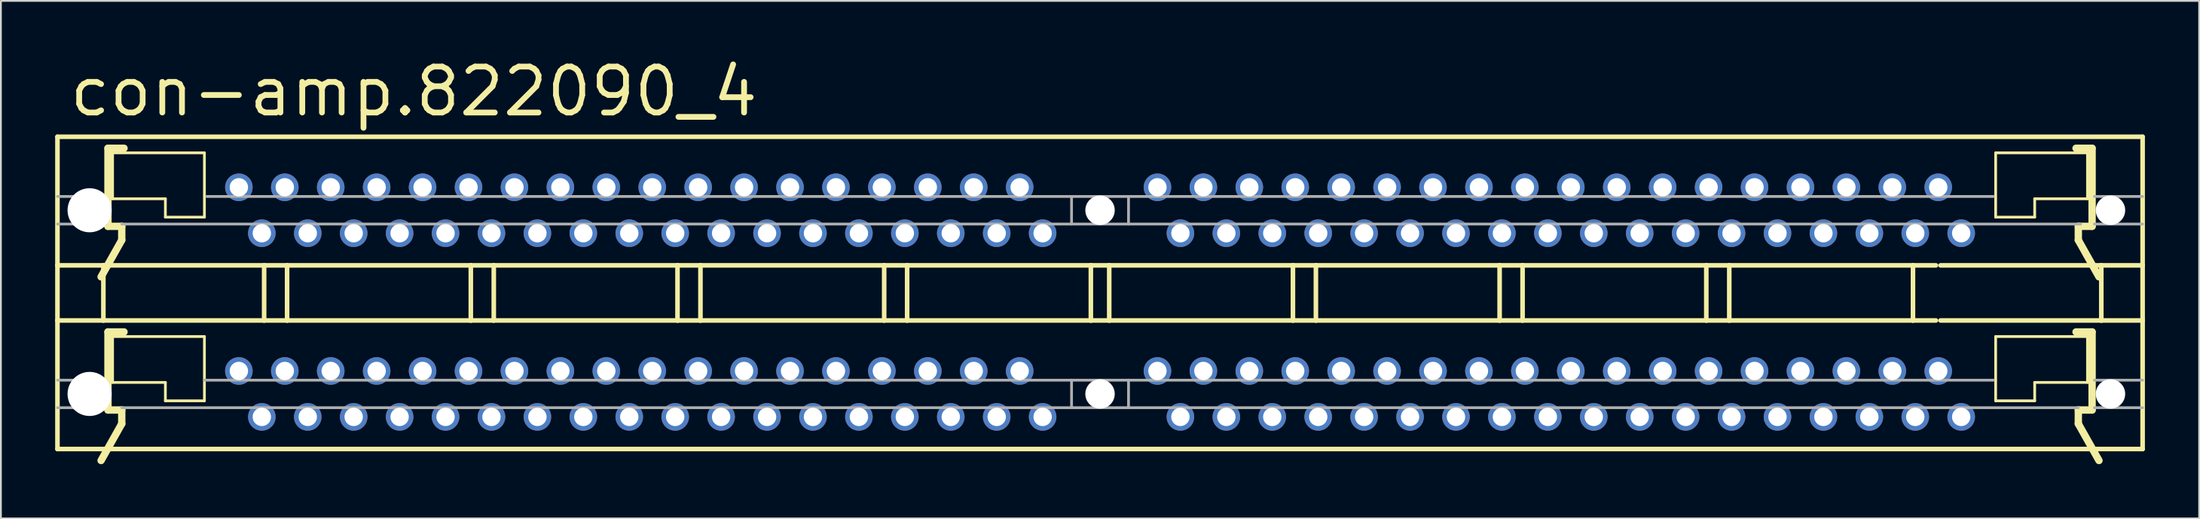
<source format=kicad_pcb>
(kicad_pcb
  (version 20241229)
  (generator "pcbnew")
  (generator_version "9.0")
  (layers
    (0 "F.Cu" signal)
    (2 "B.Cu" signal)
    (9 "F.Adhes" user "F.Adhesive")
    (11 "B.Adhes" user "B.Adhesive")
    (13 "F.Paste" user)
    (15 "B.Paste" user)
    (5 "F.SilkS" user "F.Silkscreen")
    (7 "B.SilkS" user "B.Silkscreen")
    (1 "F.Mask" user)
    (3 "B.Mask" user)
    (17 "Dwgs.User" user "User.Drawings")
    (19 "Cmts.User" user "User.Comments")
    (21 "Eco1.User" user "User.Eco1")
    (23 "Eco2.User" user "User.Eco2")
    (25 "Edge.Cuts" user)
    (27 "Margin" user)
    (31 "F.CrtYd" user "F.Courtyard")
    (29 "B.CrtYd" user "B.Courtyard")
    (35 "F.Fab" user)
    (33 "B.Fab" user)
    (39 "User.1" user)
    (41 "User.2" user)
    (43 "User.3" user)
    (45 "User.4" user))
  (footprint "con-amp.822090_4"
    (layer "F.Cu")
    (at 57.785 8.58)
    (property "Reference" "con-amp.822090_4" (at -57.15 -5.08 0) (layer "F.SilkS") (effects (font (size 2.54 2.54) (thickness 0.32)) (justify left bottom)))
    (attr through_hole)
    (fp_line (start -57.658 -4.064) (end 57.658 -4.064) (stroke (width 0.254) (type default)) (layer "F.SilkS"))
    (fp_line (start -57.658 3.048) (end -57.658 -4.064) (stroke (width 0.254) (type default)) (layer "F.SilkS"))
    (fp_line (start -57.658 6.096) (end -57.658 3.048) (stroke (width 0.254) (type default)) (layer "F.SilkS"))
    (fp_line (start -57.658 6.096) (end -55.118 6.096) (stroke (width 0.254) (type default)) (layer "F.SilkS"))
    (fp_line (start -57.658 13.208) (end -57.658 6.096) (stroke (width 0.254) (type default)) (layer "F.SilkS"))
    (fp_line (start -55.118 3.048) (end -57.658 3.048) (stroke (width 0.254) (type default)) (layer "F.SilkS"))
    (fp_line (start -55.118 6.096) (end -55.118 3.048) (stroke (width 0.254) (type default)) (layer "F.SilkS"))
    (fp_line (start -55.118 6.096) (end -46.228 6.096) (stroke (width 0.254) (type default)) (layer "F.SilkS"))
    (fp_line (start -54.864 -3.429) (end -54.864 0.889) (stroke (width 0.406) (type default)) (layer "F.SilkS"))
    (fp_line (start -54.864 0.889) (end -54.102 0.889) (stroke (width 0.406) (type default)) (layer "F.SilkS"))
    (fp_line (start -54.864 6.731) (end -54.864 11.049) (stroke (width 0.406) (type default)) (layer "F.SilkS"))
    (fp_line (start -54.864 11.049) (end -54.102 11.049) (stroke (width 0.406) (type default)) (layer "F.SilkS"))
    (fp_line (start -54.61 -3.175) (end -54.61 -0.635) (stroke (width 0.152) (type default)) (layer "F.SilkS"))
    (fp_line (start -54.61 6.985) (end -54.61 9.525) (stroke (width 0.152) (type default)) (layer "F.SilkS"))
    (fp_line (start -54.102 0.889) (end -54.102 1.651) (stroke (width 0.406) (type default)) (layer "F.SilkS"))
    (fp_line (start -54.102 1.651) (end -55.245 3.683) (stroke (width 0.406) (type default)) (layer "F.SilkS"))
    (fp_line (start -54.102 11.049) (end -54.102 11.811) (stroke (width 0.406) (type default)) (layer "F.SilkS"))
    (fp_line (start -54.102 11.811) (end -55.245 13.843) (stroke (width 0.406) (type default)) (layer "F.SilkS"))
    (fp_line (start -53.975 -3.429) (end -54.864 -3.429) (stroke (width 0.406) (type default)) (layer "F.SilkS"))
    (fp_line (start -53.975 6.731) (end -54.864 6.731) (stroke (width 0.406) (type default)) (layer "F.SilkS"))
    (fp_line (start -51.689 -0.635) (end -54.61 -0.635) (stroke (width 0.152) (type default)) (layer "F.SilkS"))
    (fp_line (start -51.689 0.381) (end -51.689 -0.635) (stroke (width 0.152) (type default)) (layer "F.SilkS"))
    (fp_line (start -51.689 0.381) (end -49.53 0.381) (stroke (width 0.152) (type default)) (layer "F.SilkS"))
    (fp_line (start -51.689 9.525) (end -54.61 9.525) (stroke (width 0.152) (type default)) (layer "F.SilkS"))
    (fp_line (start -51.689 10.541) (end -51.689 9.525) (stroke (width 0.152) (type default)) (layer "F.SilkS"))
    (fp_line (start -51.689 10.541) (end -49.53 10.541) (stroke (width 0.152) (type default)) (layer "F.SilkS"))
    (fp_line (start -49.53 -3.175) (end -54.61 -3.175) (stroke (width 0.152) (type default)) (layer "F.SilkS"))
    (fp_line (start -49.53 0.381) (end -49.53 -3.175) (stroke (width 0.152) (type default)) (layer "F.SilkS"))
    (fp_line (start -49.53 6.985) (end -54.61 6.985) (stroke (width 0.152) (type default)) (layer "F.SilkS"))
    (fp_line (start -49.53 10.541) (end -49.53 6.985) (stroke (width 0.152) (type default)) (layer "F.SilkS"))
    (fp_line (start -46.228 3.048) (end -55.118 3.048) (stroke (width 0.254) (type default)) (layer "F.SilkS"))
    (fp_line (start -46.228 6.096) (end -46.228 3.048) (stroke (width 0.254) (type default)) (layer "F.SilkS"))
    (fp_line (start -46.228 6.096) (end -44.958 6.096) (stroke (width 0.254) (type default)) (layer "F.SilkS"))
    (fp_line (start -44.958 3.048) (end -46.228 3.048) (stroke (width 0.254) (type default)) (layer "F.SilkS"))
    (fp_line (start -44.958 6.096) (end -44.958 3.048) (stroke (width 0.254) (type default)) (layer "F.SilkS"))
    (fp_line (start -44.958 6.096) (end -34.798 6.096) (stroke (width 0.254) (type default)) (layer "F.SilkS"))
    (fp_line (start -34.798 3.048) (end -44.958 3.048) (stroke (width 0.254) (type default)) (layer "F.SilkS"))
    (fp_line (start -34.798 6.096) (end -34.798 3.048) (stroke (width 0.254) (type default)) (layer "F.SilkS"))
    (fp_line (start -34.798 6.096) (end -33.528 6.096) (stroke (width 0.254) (type default)) (layer "F.SilkS"))
    (fp_line (start -33.528 3.048) (end -34.798 3.048) (stroke (width 0.254) (type default)) (layer "F.SilkS"))
    (fp_line (start -33.528 6.096) (end -33.528 3.048) (stroke (width 0.254) (type default)) (layer "F.SilkS"))
    (fp_line (start -33.528 6.096) (end -23.368 6.096) (stroke (width 0.254) (type default)) (layer "F.SilkS"))
    (fp_line (start -23.368 3.048) (end -33.528 3.048) (stroke (width 0.254) (type default)) (layer "F.SilkS"))
    (fp_line (start -23.368 6.096) (end -23.368 3.048) (stroke (width 0.254) (type default)) (layer "F.SilkS"))
    (fp_line (start -23.368 6.096) (end -22.098 6.096) (stroke (width 0.254) (type default)) (layer "F.SilkS"))
    (fp_line (start -22.098 3.048) (end -23.368 3.048) (stroke (width 0.254) (type default)) (layer "F.SilkS"))
    (fp_line (start -22.098 6.096) (end -22.098 3.048) (stroke (width 0.254) (type default)) (layer "F.SilkS"))
    (fp_line (start -22.098 6.096) (end -11.938 6.096) (stroke (width 0.254) (type default)) (layer "F.SilkS"))
    (fp_line (start -11.938 3.048) (end -22.098 3.048) (stroke (width 0.254) (type default)) (layer "F.SilkS"))
    (fp_line (start -11.938 6.096) (end -11.938 3.048) (stroke (width 0.254) (type default)) (layer "F.SilkS"))
    (fp_line (start -11.938 6.096) (end -10.668 6.096) (stroke (width 0.254) (type default)) (layer "F.SilkS"))
    (fp_line (start -10.668 3.048) (end -11.938 3.048) (stroke (width 0.254) (type default)) (layer "F.SilkS"))
    (fp_line (start -10.668 6.096) (end -10.668 3.048) (stroke (width 0.254) (type default)) (layer "F.SilkS"))
    (fp_line (start -10.668 6.096) (end -0.508 6.096) (stroke (width 0.254) (type default)) (layer "F.SilkS"))
    (fp_line (start -0.508 3.048) (end -10.668 3.048) (stroke (width 0.254) (type default)) (layer "F.SilkS"))
    (fp_line (start -0.508 6.096) (end -0.508 3.048) (stroke (width 0.254) (type default)) (layer "F.SilkS"))
    (fp_line (start 0.508 3.048) (end -0.508 3.048) (stroke (width 0.254) (type default)) (layer "F.SilkS"))
    (fp_line (start 0.508 3.048) (end 10.668 3.048) (stroke (width 0.254) (type default)) (layer "F.SilkS"))
    (fp_line (start 0.508 6.096) (end -0.508 6.096) (stroke (width 0.254) (type default)) (layer "F.SilkS"))
    (fp_line (start 0.508 6.096) (end 0.508 3.048) (stroke (width 0.254) (type default)) (layer "F.SilkS"))
    (fp_line (start 10.668 3.048) (end 11.938 3.048) (stroke (width 0.254) (type default)) (layer "F.SilkS"))
    (fp_line (start 10.668 6.096) (end 0.508 6.096) (stroke (width 0.254) (type default)) (layer "F.SilkS"))
    (fp_line (start 10.668 6.096) (end 10.668 3.048) (stroke (width 0.254) (type default)) (layer "F.SilkS"))
    (fp_line (start 11.938 3.048) (end 22.098 3.048) (stroke (width 0.254) (type default)) (layer "F.SilkS"))
    (fp_line (start 11.938 6.096) (end 10.668 6.096) (stroke (width 0.254) (type default)) (layer "F.SilkS"))
    (fp_line (start 11.938 6.096) (end 11.938 3.048) (stroke (width 0.254) (type default)) (layer "F.SilkS"))
    (fp_line (start 22.098 3.048) (end 23.368 3.048) (stroke (width 0.254) (type default)) (layer "F.SilkS"))
    (fp_line (start 22.098 6.096) (end 11.938 6.096) (stroke (width 0.254) (type default)) (layer "F.SilkS"))
    (fp_line (start 22.098 6.096) (end 22.098 3.048) (stroke (width 0.254) (type default)) (layer "F.SilkS"))
    (fp_line (start 23.368 3.048) (end 33.528 3.048) (stroke (width 0.254) (type default)) (layer "F.SilkS"))
    (fp_line (start 23.368 6.096) (end 22.098 6.096) (stroke (width 0.254) (type default)) (layer "F.SilkS"))
    (fp_line (start 23.368 6.096) (end 23.368 3.048) (stroke (width 0.254) (type default)) (layer "F.SilkS"))
    (fp_line (start 33.528 3.048) (end 34.798 3.048) (stroke (width 0.254) (type default)) (layer "F.SilkS"))
    (fp_line (start 33.528 6.096) (end 23.368 6.096) (stroke (width 0.254) (type default)) (layer "F.SilkS"))
    (fp_line (start 33.528 6.096) (end 33.528 3.048) (stroke (width 0.254) (type default)) (layer "F.SilkS"))
    (fp_line (start 34.798 3.048) (end 44.958 3.048) (stroke (width 0.254) (type default)) (layer "F.SilkS"))
    (fp_line (start 34.798 6.096) (end 33.528 6.096) (stroke (width 0.254) (type default)) (layer "F.SilkS"))
    (fp_line (start 34.798 6.096) (end 34.798 3.048) (stroke (width 0.254) (type default)) (layer "F.SilkS"))
    (fp_line (start 44.958 3.048) (end 46.228 3.048) (stroke (width 0.254) (type default)) (layer "F.SilkS"))
    (fp_line (start 44.958 6.096) (end 34.798 6.096) (stroke (width 0.254) (type default)) (layer "F.SilkS"))
    (fp_line (start 44.958 6.096) (end 44.958 3.048) (stroke (width 0.254) (type default)) (layer "F.SilkS"))
    (fp_line (start 46.228 6.096) (end 44.958 6.096) (stroke (width 0.254) (type default)) (layer "F.SilkS"))
    (fp_line (start 46.482 6.096) (end 55.372 6.096) (stroke (width 0.254) (type default)) (layer "F.SilkS"))
    (fp_line (start 49.53 -3.175) (end 54.61 -3.175) (stroke (width 0.152) (type default)) (layer "F.SilkS"))
    (fp_line (start 49.53 0.381) (end 49.53 -3.175) (stroke (width 0.152) (type default)) (layer "F.SilkS"))
    (fp_line (start 49.53 6.985) (end 54.61 6.985) (stroke (width 0.152) (type default)) (layer "F.SilkS"))
    (fp_line (start 49.53 10.541) (end 49.53 6.985) (stroke (width 0.152) (type default)) (layer "F.SilkS"))
    (fp_line (start 51.689 -0.635) (end 54.61 -0.635) (stroke (width 0.152) (type default)) (layer "F.SilkS"))
    (fp_line (start 51.689 0.381) (end 49.53 0.381) (stroke (width 0.152) (type default)) (layer "F.SilkS"))
    (fp_line (start 51.689 0.381) (end 51.689 -0.635) (stroke (width 0.152) (type default)) (layer "F.SilkS"))
    (fp_line (start 51.689 9.525) (end 54.61 9.525) (stroke (width 0.152) (type default)) (layer "F.SilkS"))
    (fp_line (start 51.689 10.541) (end 49.53 10.541) (stroke (width 0.152) (type default)) (layer "F.SilkS"))
    (fp_line (start 51.689 10.541) (end 51.689 9.525) (stroke (width 0.152) (type default)) (layer "F.SilkS"))
    (fp_line (start 53.975 -3.429) (end 54.864 -3.429) (stroke (width 0.406) (type default)) (layer "F.SilkS"))
    (fp_line (start 53.975 6.731) (end 54.864 6.731) (stroke (width 0.406) (type default)) (layer "F.SilkS"))
    (fp_line (start 54.102 0.889) (end 54.102 1.651) (stroke (width 0.406) (type default)) (layer "F.SilkS"))
    (fp_line (start 54.102 1.651) (end 55.245 3.683) (stroke (width 0.406) (type default)) (layer "F.SilkS"))
    (fp_line (start 54.102 11.049) (end 54.102 11.811) (stroke (width 0.406) (type default)) (layer "F.SilkS"))
    (fp_line (start 54.102 11.811) (end 55.245 13.843) (stroke (width 0.406) (type default)) (layer "F.SilkS"))
    (fp_line (start 54.61 -3.175) (end 54.61 -0.635) (stroke (width 0.152) (type default)) (layer "F.SilkS"))
    (fp_line (start 54.61 6.985) (end 54.61 9.525) (stroke (width 0.152) (type default)) (layer "F.SilkS"))
    (fp_line (start 54.864 -3.429) (end 54.864 0.889) (stroke (width 0.406) (type default)) (layer "F.SilkS"))
    (fp_line (start 54.864 0.889) (end 54.102 0.889) (stroke (width 0.406) (type default)) (layer "F.SilkS"))
    (fp_line (start 54.864 6.731) (end 54.864 11.049) (stroke (width 0.406) (type default)) (layer "F.SilkS"))
    (fp_line (start 54.864 11.049) (end 54.102 11.049) (stroke (width 0.406) (type default)) (layer "F.SilkS"))
    (fp_line (start 55.372 3.048) (end 46.482 3.048) (stroke (width 0.254) (type default)) (layer "F.SilkS"))
    (fp_line (start 55.372 6.096) (end 55.372 3.048) (stroke (width 0.254) (type default)) (layer "F.SilkS"))
    (fp_line (start 55.372 6.096) (end 57.658 6.096) (stroke (width 0.254) (type default)) (layer "F.SilkS"))
    (fp_line (start 57.658 -4.064) (end 57.658 3.048) (stroke (width 0.254) (type default)) (layer "F.SilkS"))
    (fp_line (start 57.658 3.048) (end 55.372 3.048) (stroke (width 0.254) (type default)) (layer "F.SilkS"))
    (fp_line (start 57.658 3.048) (end 57.658 6.096) (stroke (width 0.254) (type default)) (layer "F.SilkS"))
    (fp_line (start 57.658 6.096) (end 57.658 13.208) (stroke (width 0.254) (type default)) (layer "F.SilkS"))
    (fp_line (start 57.658 13.208) (end -57.658 13.208) (stroke (width 0.254) (type default)) (layer "F.SilkS"))
    (fp_line (start -57.658 -0.762) (end -55.118 -0.762) (stroke (width 0.152) (type default)) (layer "F.Fab"))
    (fp_line (start -57.658 0.762) (end -54.991 0.762) (stroke (width 0.152) (type default)) (layer "F.Fab"))
    (fp_line (start -57.658 9.398) (end -55.118 9.398) (stroke (width 0.152) (type default)) (layer "F.Fab"))
    (fp_line (start -57.658 10.922) (end -55.118 10.922) (stroke (width 0.152) (type default)) (layer "F.Fab"))
    (fp_line (start -54.102 0.762) (end -1.575 0.762) (stroke (width 0.152) (type default)) (layer "F.Fab"))
    (fp_line (start -54.102 10.922) (end -1.575 10.922) (stroke (width 0.152) (type default)) (layer "F.Fab"))
    (fp_line (start -49.53 9.398) (end -1.575 9.398) (stroke (width 0.152) (type default)) (layer "F.Fab"))
    (fp_line (start -49.403 -0.762) (end -1.575 -0.762) (stroke (width 0.152) (type default)) (layer "F.Fab"))
    (fp_line (start -1.575 -0.762) (end 1.575 -0.762) (stroke (width 0.152) (type default)) (layer "F.Fab"))
    (fp_line (start -1.575 0.762) (end -1.575 -0.762) (stroke (width 0.152) (type default)) (layer "F.Fab"))
    (fp_line (start -1.575 0.762) (end 1.575 0.762) (stroke (width 0.152) (type default)) (layer "F.Fab"))
    (fp_line (start -1.575 9.398) (end 1.575 9.398) (stroke (width 0.152) (type default)) (layer "F.Fab"))
    (fp_line (start -1.575 10.922) (end -1.575 9.398) (stroke (width 0.152) (type default)) (layer "F.Fab"))
    (fp_line (start -1.575 10.922) (end 1.575 10.922) (stroke (width 0.152) (type default)) (layer "F.Fab"))
    (fp_line (start 1.575 0.762) (end 1.575 -0.762) (stroke (width 0.152) (type default)) (layer "F.Fab"))
    (fp_line (start 1.575 10.922) (end 1.575 9.398) (stroke (width 0.152) (type default)) (layer "F.Fab"))
    (fp_line (start 49.403 -0.762) (end 1.575 -0.762) (stroke (width 0.152) (type default)) (layer "F.Fab"))
    (fp_line (start 49.403 9.398) (end 1.575 9.398) (stroke (width 0.152) (type default)) (layer "F.Fab"))
    (fp_line (start 54.102 10.922) (end 1.575 10.922) (stroke (width 0.152) (type default)) (layer "F.Fab"))
    (fp_line (start 54.229 0.762) (end 1.575 0.762) (stroke (width 0.152) (type default)) (layer "F.Fab"))
    (fp_line (start 57.658 -0.762) (end 54.991 -0.762) (stroke (width 0.152) (type default)) (layer "F.Fab"))
    (fp_line (start 57.658 0.762) (end 54.991 0.762) (stroke (width 0.152) (type default)) (layer "F.Fab"))
    (fp_line (start 57.658 9.398) (end 54.991 9.398) (stroke (width 0.152) (type default)) (layer "F.Fab"))
    (fp_line (start 57.658 10.922) (end 54.991 10.922) (stroke (width 0.152) (type default)) (layer "F.Fab"))
    (pad "" np_thru_hole circle (at -55.88 0) (size 2.438 2.438) (drill 2.438) (layers "*.Cu" "*.Mask"))
    (pad "" np_thru_hole circle (at -55.88 10.16) (size 2.438 2.438) (drill 2.438) (layers "*.Cu" "*.Mask"))
    (pad "" np_thru_hole circle (at 0 0) (size 1.626 1.626) (drill 1.626) (layers "*.Cu" "*.Mask"))
    (pad "" np_thru_hole circle (at 0 10.16) (size 1.626 1.626) (drill 1.626) (layers "*.Cu" "*.Mask"))
    (pad "" np_thru_hole circle (at 55.88 0) (size 1.626 1.626) (drill 1.626) (layers "*.Cu" "*.Mask"))
    (pad "" np_thru_hole circle (at 55.88 10.16) (size 1.626 1.626) (drill 1.626) (layers "*.Cu" "*.Mask"))
    (pad "1-1" thru_hole circle (at 47.625 1.27) (size 1.524 1.524) (drill 1.016) (layers "*.Cu" "*.Mask"))
    (pad "1-2" thru_hole circle (at 46.355 -1.27) (size 1.524 1.524) (drill 1.016) (layers "*.Cu" "*.Mask"))
    (pad "1-3" thru_hole circle (at 45.085 1.27) (size 1.524 1.524) (drill 1.016) (layers "*.Cu" "*.Mask"))
    (pad "1-4" thru_hole circle (at 43.815 -1.27) (size 1.524 1.524) (drill 1.016) (layers "*.Cu" "*.Mask"))
    (pad "1-5" thru_hole circle (at 42.545 1.27) (size 1.524 1.524) (drill 1.016) (layers "*.Cu" "*.Mask"))
    (pad "1-6" thru_hole circle (at 41.275 -1.27) (size 1.524 1.524) (drill 1.016) (layers "*.Cu" "*.Mask"))
    (pad "1-7" thru_hole circle (at 40.005 1.27) (size 1.524 1.524) (drill 1.016) (layers "*.Cu" "*.Mask"))
    (pad "1-8" thru_hole circle (at 38.735 -1.27) (size 1.524 1.524) (drill 1.016) (layers "*.Cu" "*.Mask"))
    (pad "1-9" thru_hole circle (at 37.465 1.27) (size 1.524 1.524) (drill 1.016) (layers "*.Cu" "*.Mask"))
    (pad "1-10" thru_hole circle (at 36.195 -1.27) (size 1.524 1.524) (drill 1.016) (layers "*.Cu" "*.Mask"))
    (pad "1-11" thru_hole circle (at 34.925 1.27) (size 1.524 1.524) (drill 1.016) (layers "*.Cu" "*.Mask"))
    (pad "1-12" thru_hole circle (at 33.655 -1.27) (size 1.524 1.524) (drill 1.016) (layers "*.Cu" "*.Mask"))
    (pad "1-13" thru_hole circle (at 32.385 1.27) (size 1.524 1.524) (drill 1.016) (layers "*.Cu" "*.Mask"))
    (pad "1-14" thru_hole circle (at 31.115 -1.27) (size 1.524 1.524) (drill 1.016) (layers "*.Cu" "*.Mask"))
    (pad "1-15" thru_hole circle (at 29.845 1.27) (size 1.524 1.524) (drill 1.016) (layers "*.Cu" "*.Mask"))
    (pad "1-16" thru_hole circle (at 28.575 -1.27) (size 1.524 1.524) (drill 1.016) (layers "*.Cu" "*.Mask"))
    (pad "1-17" thru_hole circle (at 27.305 1.27) (size 1.524 1.524) (drill 1.016) (layers "*.Cu" "*.Mask"))
    (pad "1-18" thru_hole circle (at 26.035 -1.27) (size 1.524 1.524) (drill 1.016) (layers "*.Cu" "*.Mask"))
    (pad "1-19" thru_hole circle (at 24.765 1.27) (size 1.524 1.524) (drill 1.016) (layers "*.Cu" "*.Mask"))
    (pad "1-20" thru_hole circle (at 23.495 -1.27) (size 1.524 1.524) (drill 1.016) (layers "*.Cu" "*.Mask"))
    (pad "1-21" thru_hole circle (at 22.225 1.27) (size 1.524 1.524) (drill 1.016) (layers "*.Cu" "*.Mask"))
    (pad "1-22" thru_hole circle (at 20.955 -1.27) (size 1.524 1.524) (drill 1.016) (layers "*.Cu" "*.Mask"))
    (pad "1-23" thru_hole circle (at 19.685 1.27) (size 1.524 1.524) (drill 1.016) (layers "*.Cu" "*.Mask"))
    (pad "1-24" thru_hole circle (at 18.415 -1.27) (size 1.524 1.524) (drill 1.016) (layers "*.Cu" "*.Mask"))
    (pad "1-25" thru_hole circle (at 17.145 1.27) (size 1.524 1.524) (drill 1.016) (layers "*.Cu" "*.Mask"))
    (pad "1-26" thru_hole circle (at 15.875 -1.27) (size 1.524 1.524) (drill 1.016) (layers "*.Cu" "*.Mask"))
    (pad "1-27" thru_hole circle (at 14.605 1.27) (size 1.524 1.524) (drill 1.016) (layers "*.Cu" "*.Mask"))
    (pad "1-28" thru_hole circle (at 13.335 -1.27) (size 1.524 1.524) (drill 1.016) (layers "*.Cu" "*.Mask"))
    (pad "1-29" thru_hole circle (at 12.065 1.27) (size 1.524 1.524) (drill 1.016) (layers "*.Cu" "*.Mask"))
    (pad "1-30" thru_hole circle (at 10.795 -1.27) (size 1.524 1.524) (drill 1.016) (layers "*.Cu" "*.Mask"))
    (pad "1-31" thru_hole circle (at 9.525 1.27) (size 1.524 1.524) (drill 1.016) (layers "*.Cu" "*.Mask"))
    (pad "1-32" thru_hole circle (at 8.255 -1.27) (size 1.524 1.524) (drill 1.016) (layers "*.Cu" "*.Mask"))
    (pad "1-33" thru_hole circle (at 6.985 1.27) (size 1.524 1.524) (drill 1.016) (layers "*.Cu" "*.Mask"))
    (pad "1-34" thru_hole circle (at 5.715 -1.27) (size 1.524 1.524) (drill 1.016) (layers "*.Cu" "*.Mask"))
    (pad "1-35" thru_hole circle (at 4.445 1.27) (size 1.524 1.524) (drill 1.016) (layers "*.Cu" "*.Mask"))
    (pad "1-36" thru_hole circle (at 3.175 -1.27) (size 1.524 1.524) (drill 1.016) (layers "*.Cu" "*.Mask"))
    (pad "1-37" thru_hole circle (at -3.175 1.27) (size 1.524 1.524) (drill 1.016) (layers "*.Cu" "*.Mask"))
    (pad "1-38" thru_hole circle (at -4.445 -1.27) (size 1.524 1.524) (drill 1.016) (layers "*.Cu" "*.Mask"))
    (pad "1-39" thru_hole circle (at -5.715 1.27) (size 1.524 1.524) (drill 1.016) (layers "*.Cu" "*.Mask"))
    (pad "1-40" thru_hole circle (at -6.985 -1.27) (size 1.524 1.524) (drill 1.016) (layers "*.Cu" "*.Mask"))
    (pad "1-41" thru_hole circle (at -8.255 1.27) (size 1.524 1.524) (drill 1.016) (layers "*.Cu" "*.Mask"))
    (pad "1-42" thru_hole circle (at -9.525 -1.27) (size 1.524 1.524) (drill 1.016) (layers "*.Cu" "*.Mask"))
    (pad "1-43" thru_hole circle (at -10.795 1.27) (size 1.524 1.524) (drill 1.016) (layers "*.Cu" "*.Mask"))
    (pad "1-44" thru_hole circle (at -12.065 -1.27) (size 1.524 1.524) (drill 1.016) (layers "*.Cu" "*.Mask"))
    (pad "1-45" thru_hole circle (at -13.335 1.27) (size 1.524 1.524) (drill 1.016) (layers "*.Cu" "*.Mask"))
    (pad "1-46" thru_hole circle (at -14.605 -1.27) (size 1.524 1.524) (drill 1.016) (layers "*.Cu" "*.Mask"))
    (pad "1-47" thru_hole circle (at -15.875 1.27) (size 1.524 1.524) (drill 1.016) (layers "*.Cu" "*.Mask"))
    (pad "1-48" thru_hole circle (at -17.145 -1.27) (size 1.524 1.524) (drill 1.016) (layers "*.Cu" "*.Mask"))
    (pad "1-49" thru_hole circle (at -18.415 1.27) (size 1.524 1.524) (drill 1.016) (layers "*.Cu" "*.Mask"))
    (pad "1-50" thru_hole circle (at -19.685 -1.27) (size 1.524 1.524) (drill 1.016) (layers "*.Cu" "*.Mask"))
    (pad "1-51" thru_hole circle (at -20.955 1.27) (size 1.524 1.524) (drill 1.016) (layers "*.Cu" "*.Mask"))
    (pad "1-52" thru_hole circle (at -22.225 -1.27) (size 1.524 1.524) (drill 1.016) (layers "*.Cu" "*.Mask"))
    (pad "1-53" thru_hole circle (at -23.495 1.27) (size 1.524 1.524) (drill 1.016) (layers "*.Cu" "*.Mask"))
    (pad "1-54" thru_hole circle (at -24.765 -1.27) (size 1.524 1.524) (drill 1.016) (layers "*.Cu" "*.Mask"))
    (pad "1-55" thru_hole circle (at -26.035 1.27) (size 1.524 1.524) (drill 1.016) (layers "*.Cu" "*.Mask"))
    (pad "1-56" thru_hole circle (at -27.305 -1.27) (size 1.524 1.524) (drill 1.016) (layers "*.Cu" "*.Mask"))
    (pad "1-57" thru_hole circle (at -28.575 1.27) (size 1.524 1.524) (drill 1.016) (layers "*.Cu" "*.Mask"))
    (pad "1-58" thru_hole circle (at -29.845 -1.27) (size 1.524 1.524) (drill 1.016) (layers "*.Cu" "*.Mask"))
    (pad "1-59" thru_hole circle (at -31.115 1.27) (size 1.524 1.524) (drill 1.016) (layers "*.Cu" "*.Mask"))
    (pad "1-60" thru_hole circle (at -32.385 -1.27) (size 1.524 1.524) (drill 1.016) (layers "*.Cu" "*.Mask"))
    (pad "1-61" thru_hole circle (at -33.655 1.27) (size 1.524 1.524) (drill 1.016) (layers "*.Cu" "*.Mask"))
    (pad "1-62" thru_hole circle (at -34.925 -1.27) (size 1.524 1.524) (drill 1.016) (layers "*.Cu" "*.Mask"))
    (pad "1-63" thru_hole circle (at -36.195 1.27) (size 1.524 1.524) (drill 1.016) (layers "*.Cu" "*.Mask"))
    (pad "1-64" thru_hole circle (at -37.465 -1.27) (size 1.524 1.524) (drill 1.016) (layers "*.Cu" "*.Mask"))
    (pad "1-65" thru_hole circle (at -38.735 1.27) (size 1.524 1.524) (drill 1.016) (layers "*.Cu" "*.Mask"))
    (pad "1-66" thru_hole circle (at -40.005 -1.27) (size 1.524 1.524) (drill 1.016) (layers "*.Cu" "*.Mask"))
    (pad "1-67" thru_hole circle (at -41.275 1.27) (size 1.524 1.524) (drill 1.016) (layers "*.Cu" "*.Mask"))
    (pad "1-68" thru_hole circle (at -42.545 -1.27) (size 1.524 1.524) (drill 1.016) (layers "*.Cu" "*.Mask"))
    (pad "1-69" thru_hole circle (at -43.815 1.27) (size 1.524 1.524) (drill 1.016) (layers "*.Cu" "*.Mask"))
    (pad "1-70" thru_hole circle (at -45.085 -1.27) (size 1.524 1.524) (drill 1.016) (layers "*.Cu" "*.Mask"))
    (pad "1-71" thru_hole circle (at -46.355 1.27) (size 1.524 1.524) (drill 1.016) (layers "*.Cu" "*.Mask"))
    (pad "1-72" thru_hole circle (at -47.625 -1.27) (size 1.524 1.524) (drill 1.016) (layers "*.Cu" "*.Mask"))
    (pad "2-1" thru_hole circle (at 47.625 11.43) (size 1.524 1.524) (drill 1.016) (layers "*.Cu" "*.Mask"))
    (pad "2-2" thru_hole circle (at 46.355 8.89) (size 1.524 1.524) (drill 1.016) (layers "*.Cu" "*.Mask"))
    (pad "2-3" thru_hole circle (at 45.085 11.43) (size 1.524 1.524) (drill 1.016) (layers "*.Cu" "*.Mask"))
    (pad "2-4" thru_hole circle (at 43.815 8.89) (size 1.524 1.524) (drill 1.016) (layers "*.Cu" "*.Mask"))
    (pad "2-5" thru_hole circle (at 42.545 11.43) (size 1.524 1.524) (drill 1.016) (layers "*.Cu" "*.Mask"))
    (pad "2-6" thru_hole circle (at 41.275 8.89) (size 1.524 1.524) (drill 1.016) (layers "*.Cu" "*.Mask"))
    (pad "2-7" thru_hole circle (at 40.005 11.43) (size 1.524 1.524) (drill 1.016) (layers "*.Cu" "*.Mask"))
    (pad "2-8" thru_hole circle (at 38.735 8.89) (size 1.524 1.524) (drill 1.016) (layers "*.Cu" "*.Mask"))
    (pad "2-9" thru_hole circle (at 37.465 11.43) (size 1.524 1.524) (drill 1.016) (layers "*.Cu" "*.Mask"))
    (pad "2-10" thru_hole circle (at 36.195 8.89) (size 1.524 1.524) (drill 1.016) (layers "*.Cu" "*.Mask"))
    (pad "2-11" thru_hole circle (at 34.925 11.43) (size 1.524 1.524) (drill 1.016) (layers "*.Cu" "*.Mask"))
    (pad "2-12" thru_hole circle (at 33.655 8.89) (size 1.524 1.524) (drill 1.016) (layers "*.Cu" "*.Mask"))
    (pad "2-13" thru_hole circle (at 32.385 11.43) (size 1.524 1.524) (drill 1.016) (layers "*.Cu" "*.Mask"))
    (pad "2-14" thru_hole circle (at 31.115 8.89) (size 1.524 1.524) (drill 1.016) (layers "*.Cu" "*.Mask"))
    (pad "2-15" thru_hole circle (at 29.845 11.43) (size 1.524 1.524) (drill 1.016) (layers "*.Cu" "*.Mask"))
    (pad "2-16" thru_hole circle (at 28.575 8.89) (size 1.524 1.524) (drill 1.016) (layers "*.Cu" "*.Mask"))
    (pad "2-17" thru_hole circle (at 27.305 11.43) (size 1.524 1.524) (drill 1.016) (layers "*.Cu" "*.Mask"))
    (pad "2-18" thru_hole circle (at 26.035 8.89) (size 1.524 1.524) (drill 1.016) (layers "*.Cu" "*.Mask"))
    (pad "2-19" thru_hole circle (at 24.765 11.43) (size 1.524 1.524) (drill 1.016) (layers "*.Cu" "*.Mask"))
    (pad "2-20" thru_hole circle (at 23.495 8.89) (size 1.524 1.524) (drill 1.016) (layers "*.Cu" "*.Mask"))
    (pad "2-21" thru_hole circle (at 22.225 11.43) (size 1.524 1.524) (drill 1.016) (layers "*.Cu" "*.Mask"))
    (pad "2-22" thru_hole circle (at 20.955 8.89) (size 1.524 1.524) (drill 1.016) (layers "*.Cu" "*.Mask"))
    (pad "2-23" thru_hole circle (at 19.685 11.43) (size 1.524 1.524) (drill 1.016) (layers "*.Cu" "*.Mask"))
    (pad "2-24" thru_hole circle (at 18.415 8.89) (size 1.524 1.524) (drill 1.016) (layers "*.Cu" "*.Mask"))
    (pad "2-25" thru_hole circle (at 17.145 11.43) (size 1.524 1.524) (drill 1.016) (layers "*.Cu" "*.Mask"))
    (pad "2-26" thru_hole circle (at 15.875 8.89) (size 1.524 1.524) (drill 1.016) (layers "*.Cu" "*.Mask"))
    (pad "2-27" thru_hole circle (at 14.605 11.43) (size 1.524 1.524) (drill 1.016) (layers "*.Cu" "*.Mask"))
    (pad "2-28" thru_hole circle (at 13.335 8.89) (size 1.524 1.524) (drill 1.016) (layers "*.Cu" "*.Mask"))
    (pad "2-29" thru_hole circle (at 12.065 11.43) (size 1.524 1.524) (drill 1.016) (layers "*.Cu" "*.Mask"))
    (pad "2-30" thru_hole circle (at 10.795 8.89) (size 1.524 1.524) (drill 1.016) (layers "*.Cu" "*.Mask"))
    (pad "2-31" thru_hole circle (at 9.525 11.43) (size 1.524 1.524) (drill 1.016) (layers "*.Cu" "*.Mask"))
    (pad "2-32" thru_hole circle (at 8.255 8.89) (size 1.524 1.524) (drill 1.016) (layers "*.Cu" "*.Mask"))
    (pad "2-33" thru_hole circle (at 6.985 11.43) (size 1.524 1.524) (drill 1.016) (layers "*.Cu" "*.Mask"))
    (pad "2-34" thru_hole circle (at 5.715 8.89) (size 1.524 1.524) (drill 1.016) (layers "*.Cu" "*.Mask"))
    (pad "2-35" thru_hole circle (at 4.445 11.43) (size 1.524 1.524) (drill 1.016) (layers "*.Cu" "*.Mask"))
    (pad "2-36" thru_hole circle (at 3.175 8.89) (size 1.524 1.524) (drill 1.016) (layers "*.Cu" "*.Mask"))
    (pad "2-37" thru_hole circle (at -3.175 11.43) (size 1.524 1.524) (drill 1.016) (layers "*.Cu" "*.Mask"))
    (pad "2-38" thru_hole circle (at -4.445 8.89) (size 1.524 1.524) (drill 1.016) (layers "*.Cu" "*.Mask"))
    (pad "2-39" thru_hole circle (at -5.715 11.43) (size 1.524 1.524) (drill 1.016) (layers "*.Cu" "*.Mask"))
    (pad "2-40" thru_hole circle (at -6.985 8.89) (size 1.524 1.524) (drill 1.016) (layers "*.Cu" "*.Mask"))
    (pad "2-41" thru_hole circle (at -8.255 11.43) (size 1.524 1.524) (drill 1.016) (layers "*.Cu" "*.Mask"))
    (pad "2-42" thru_hole circle (at -9.525 8.89) (size 1.524 1.524) (drill 1.016) (layers "*.Cu" "*.Mask"))
    (pad "2-43" thru_hole circle (at -10.795 11.43) (size 1.524 1.524) (drill 1.016) (layers "*.Cu" "*.Mask"))
    (pad "2-44" thru_hole circle (at -12.065 8.89) (size 1.524 1.524) (drill 1.016) (layers "*.Cu" "*.Mask"))
    (pad "2-45" thru_hole circle (at -13.335 11.43) (size 1.524 1.524) (drill 1.016) (layers "*.Cu" "*.Mask"))
    (pad "2-46" thru_hole circle (at -14.605 8.89) (size 1.524 1.524) (drill 1.016) (layers "*.Cu" "*.Mask"))
    (pad "2-47" thru_hole circle (at -15.875 11.43) (size 1.524 1.524) (drill 1.016) (layers "*.Cu" "*.Mask"))
    (pad "2-48" thru_hole circle (at -17.145 8.89) (size 1.524 1.524) (drill 1.016) (layers "*.Cu" "*.Mask"))
    (pad "2-49" thru_hole circle (at -18.415 11.43) (size 1.524 1.524) (drill 1.016) (layers "*.Cu" "*.Mask"))
    (pad "2-50" thru_hole circle (at -19.685 8.89) (size 1.524 1.524) (drill 1.016) (layers "*.Cu" "*.Mask"))
    (pad "2-51" thru_hole circle (at -20.955 11.43) (size 1.524 1.524) (drill 1.016) (layers "*.Cu" "*.Mask"))
    (pad "2-52" thru_hole circle (at -22.225 8.89) (size 1.524 1.524) (drill 1.016) (layers "*.Cu" "*.Mask"))
    (pad "2-53" thru_hole circle (at -23.495 11.43) (size 1.524 1.524) (drill 1.016) (layers "*.Cu" "*.Mask"))
    (pad "2-54" thru_hole circle (at -24.765 8.89) (size 1.524 1.524) (drill 1.016) (layers "*.Cu" "*.Mask"))
    (pad "2-55" thru_hole circle (at -26.035 11.43) (size 1.524 1.524) (drill 1.016) (layers "*.Cu" "*.Mask"))
    (pad "2-56" thru_hole circle (at -27.305 8.89) (size 1.524 1.524) (drill 1.016) (layers "*.Cu" "*.Mask"))
    (pad "2-57" thru_hole circle (at -28.575 11.43) (size 1.524 1.524) (drill 1.016) (layers "*.Cu" "*.Mask"))
    (pad "2-58" thru_hole circle (at -29.845 8.89) (size 1.524 1.524) (drill 1.016) (layers "*.Cu" "*.Mask"))
    (pad "2-59" thru_hole circle (at -31.115 11.43) (size 1.524 1.524) (drill 1.016) (layers "*.Cu" "*.Mask"))
    (pad "2-60" thru_hole circle (at -32.385 8.89) (size 1.524 1.524) (drill 1.016) (layers "*.Cu" "*.Mask"))
    (pad "2-61" thru_hole circle (at -33.655 11.43) (size 1.524 1.524) (drill 1.016) (layers "*.Cu" "*.Mask"))
    (pad "2-62" thru_hole circle (at -34.925 8.89) (size 1.524 1.524) (drill 1.016) (layers "*.Cu" "*.Mask"))
    (pad "2-63" thru_hole circle (at -36.195 11.43) (size 1.524 1.524) (drill 1.016) (layers "*.Cu" "*.Mask"))
    (pad "2-64" thru_hole circle (at -37.465 8.89) (size 1.524 1.524) (drill 1.016) (layers "*.Cu" "*.Mask"))
    (pad "2-65" thru_hole circle (at -38.735 11.43) (size 1.524 1.524) (drill 1.016) (layers "*.Cu" "*.Mask"))
    (pad "2-66" thru_hole circle (at -40.005 8.89) (size 1.524 1.524) (drill 1.016) (layers "*.Cu" "*.Mask"))
    (pad "2-67" thru_hole circle (at -41.275 11.43) (size 1.524 1.524) (drill 1.016) (layers "*.Cu" "*.Mask"))
    (pad "2-68" thru_hole circle (at -42.545 8.89) (size 1.524 1.524) (drill 1.016) (layers "*.Cu" "*.Mask"))
    (pad "2-69" thru_hole circle (at -43.815 11.43) (size 1.524 1.524) (drill 1.016) (layers "*.Cu" "*.Mask"))
    (pad "2-70" thru_hole circle (at -45.085 8.89) (size 1.524 1.524) (drill 1.016) (layers "*.Cu" "*.Mask"))
    (pad "2-71" thru_hole circle (at -46.355 11.43) (size 1.524 1.524) (drill 1.016) (layers "*.Cu" "*.Mask"))
    (pad "2-72" thru_hole circle (at -47.625 8.89) (size 1.524 1.524) (drill 1.016) (layers "*.Cu" "*.Mask")))
  (gr_rect
    (start -3 -3)
    (end 118.57 25.626)
    (stroke (width 0.1) (type default))
    (fill no)
    (layer "Edge.Cuts")))
</source>
